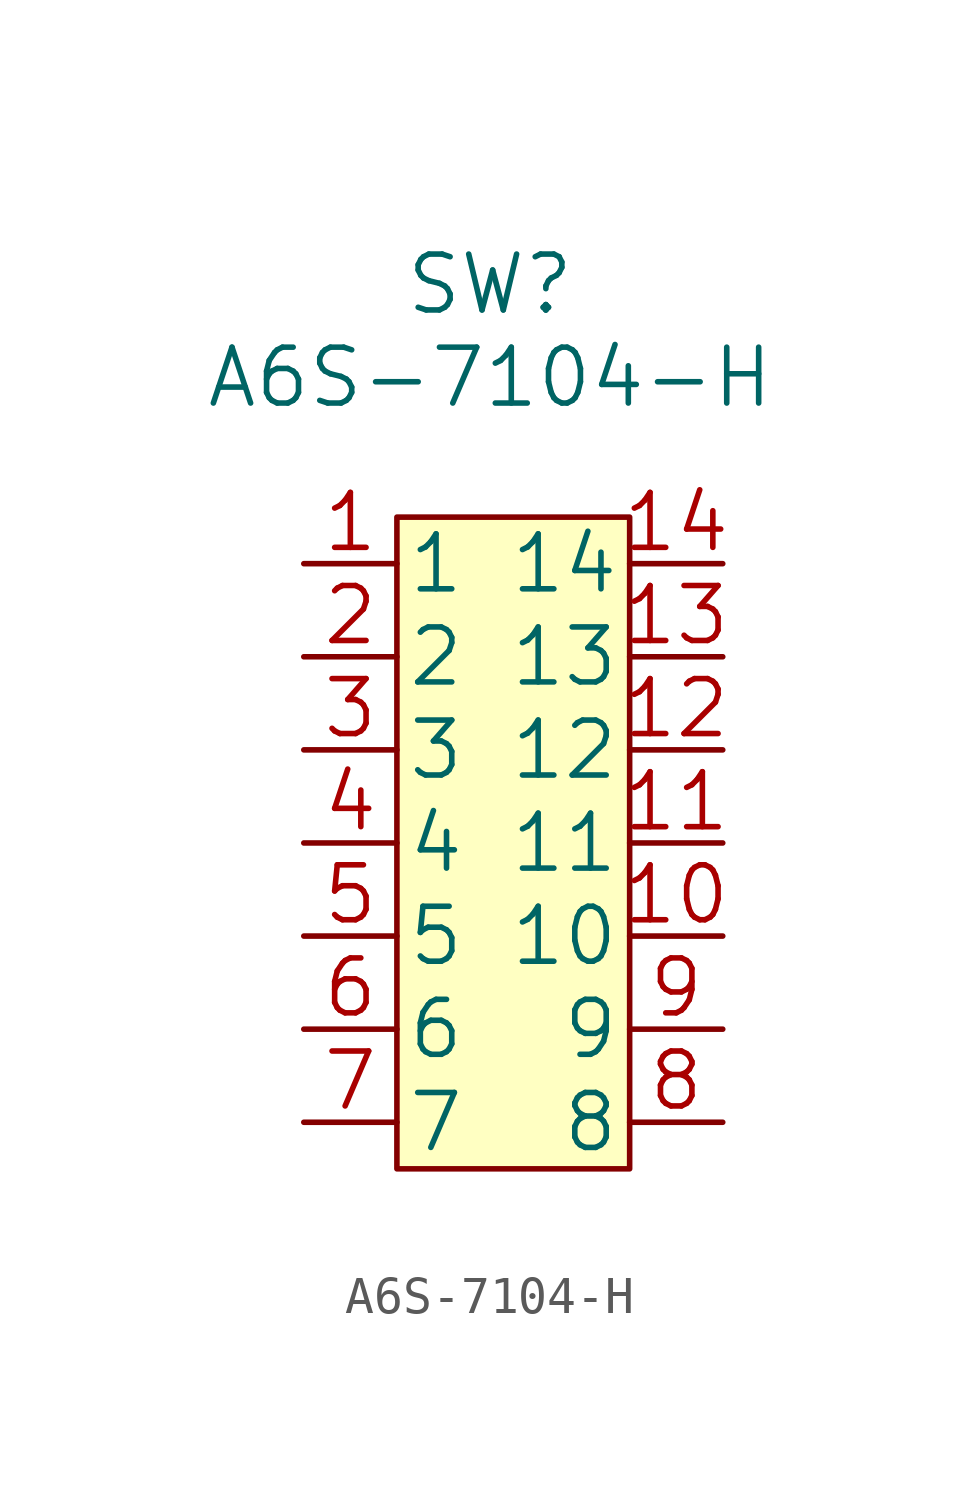
<source format=kicad_sym>
(kicad_symbol_lib
  (version 20211014)
  (generator kicad_symbol_editor)
  (symbol "A6S-7104-H"
    (pin_names
      (offset 0.254))
    (property "Reference" "SW"
      (at 5.08 7.62 0)
      (effects (font (size 1.524 1.524))))
    (property "Value" "A6S-7104-H"
      (at 5.08 5.08 0)
      (effects (font (size 1.524 1.524))))
    (property "Datasheet" ""
      (at 0 0 0)
      (effects (font (size 1.524 1.524))))
    (property "ki_locked" ""
      (at 0 0 0)
      (effects (font (size 1.27 1.27))))
    (symbol "A6S-7104-H_1_1"
      (rectangle (start 2.54 1.27) (end 8.89 -16.51) (stroke (width 0.152) (type default) (color 0 0 0 0)) (fill (type background)))
      (pin passive line (at 0 0 0) (length 2.54) (name "1" (effects (font (size 1.499 1.499)))) (number "1" (effects (font (size 1.499 1.499)))))
      (pin passive line (at 11.43 -10.16 180) (length 2.54) (name "10" (effects (font (size 1.499 1.499)))) (number "10" (effects (font (size 1.499 1.499)))))
      (pin passive line (at 11.43 -7.62 180) (length 2.54) (name "11" (effects (font (size 1.499 1.499)))) (number "11" (effects (font (size 1.499 1.499)))))
      (pin passive line (at 11.43 -5.08 180) (length 2.54) (name "12" (effects (font (size 1.499 1.499)))) (number "12" (effects (font (size 1.499 1.499)))))
      (pin passive line (at 11.43 -2.54 180) (length 2.54) (name "13" (effects (font (size 1.499 1.499)))) (number "13" (effects (font (size 1.499 1.499)))))
      (pin passive line (at 11.43 0 180) (length 2.54) (name "14" (effects (font (size 1.499 1.499)))) (number "14" (effects (font (size 1.499 1.499)))))
      (pin passive line (at 0 -2.54 0) (length 2.54) (name "2" (effects (font (size 1.499 1.499)))) (number "2" (effects (font (size 1.499 1.499)))))
      (pin passive line (at 0 -5.08 0) (length 2.54) (name "3" (effects (font (size 1.499 1.499)))) (number "3" (effects (font (size 1.499 1.499)))))
      (pin passive line (at 0 -7.62 0) (length 2.54) (name "4" (effects (font (size 1.499 1.499)))) (number "4" (effects (font (size 1.499 1.499)))))
      (pin passive line (at 0 -10.16 0) (length 2.54) (name "5" (effects (font (size 1.499 1.499)))) (number "5" (effects (font (size 1.499 1.499)))))
      (pin passive line (at 0 -12.7 0) (length 2.54) (name "6" (effects (font (size 1.499 1.499)))) (number "6" (effects (font (size 1.499 1.499)))))
      (pin passive line (at 0 -15.24 0) (length 2.54) (name "7" (effects (font (size 1.499 1.499)))) (number "7" (effects (font (size 1.499 1.499)))))
      (pin passive line (at 11.43 -15.24 180) (length 2.54) (name "8" (effects (font (size 1.499 1.499)))) (number "8" (effects (font (size 1.499 1.499)))))
      (pin passive line (at 11.43 -12.7 180) (length 2.54) (name "9" (effects (font (size 1.499 1.499)))) (number "9" (effects (font (size 1.499 1.499))))))))
</source>
